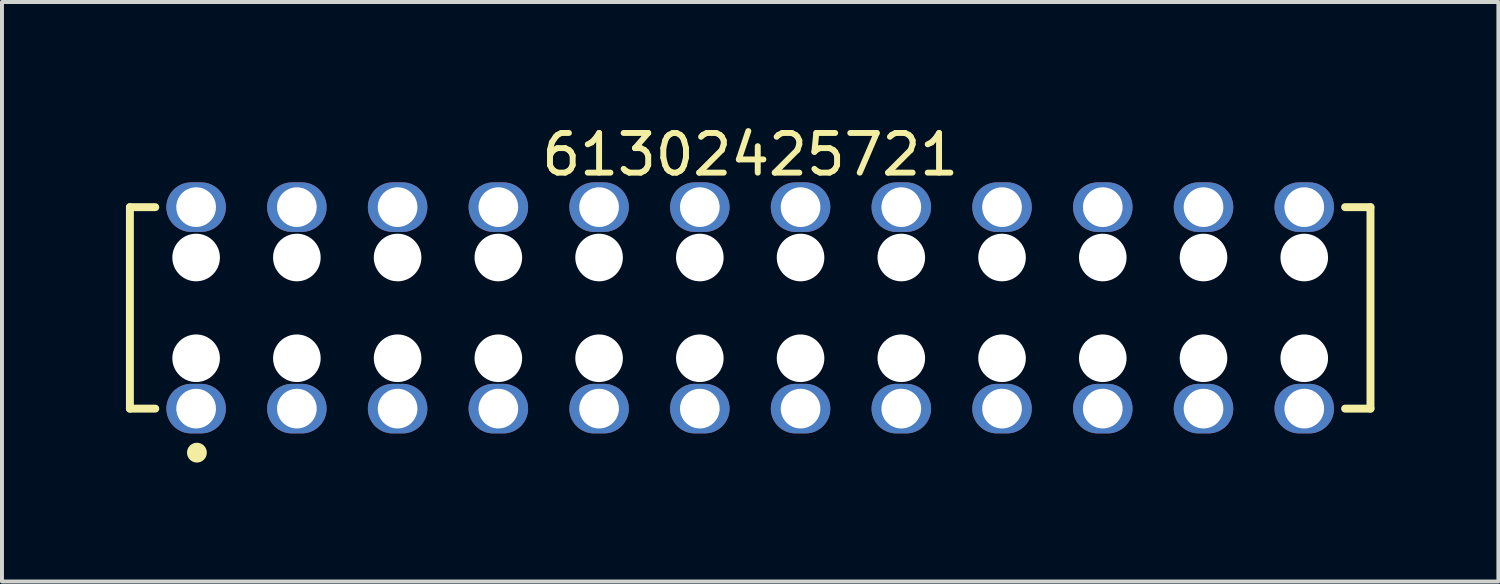
<source format=kicad_pcb>
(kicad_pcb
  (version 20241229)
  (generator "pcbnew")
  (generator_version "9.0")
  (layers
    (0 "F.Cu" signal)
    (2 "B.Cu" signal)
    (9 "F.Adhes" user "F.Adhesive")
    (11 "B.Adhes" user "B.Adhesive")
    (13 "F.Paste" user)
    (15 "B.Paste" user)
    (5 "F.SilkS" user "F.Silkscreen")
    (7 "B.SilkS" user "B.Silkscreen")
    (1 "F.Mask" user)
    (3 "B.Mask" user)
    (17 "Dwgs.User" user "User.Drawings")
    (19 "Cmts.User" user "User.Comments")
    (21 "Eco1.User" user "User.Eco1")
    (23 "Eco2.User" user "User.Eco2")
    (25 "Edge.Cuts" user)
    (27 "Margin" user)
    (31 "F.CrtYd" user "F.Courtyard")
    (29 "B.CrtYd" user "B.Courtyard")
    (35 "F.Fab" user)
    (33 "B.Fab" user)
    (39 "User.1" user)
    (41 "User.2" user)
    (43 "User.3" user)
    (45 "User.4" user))
  (footprint "61302425721"
    (layer "F.Cu")
    (at 15.865 4.713)
    (property "Reference" "61302425721" (at 0 -3.865 0) (layer "F.SilkS") (effects (font (size 1 1) (thickness 0.15))))
    (fp_line (start -15.64 -2.54) (end -15 -2.54) (stroke (width 0.2) (type solid)) (layer "F.SilkS"))
    (fp_line (start -15.64 2.54) (end -15.64 -2.54) (stroke (width 0.2) (type solid)) (layer "F.SilkS"))
    (fp_line (start -15.64 2.54) (end -15 2.54) (stroke (width 0.2) (type solid)) (layer "F.SilkS"))
    (fp_line (start 15 -2.54) (end 15.64 -2.54) (stroke (width 0.2) (type solid)) (layer "F.SilkS"))
    (fp_line (start 15 2.54) (end 15.64 2.54) (stroke (width 0.2) (type solid)) (layer "F.SilkS"))
    (fp_line (start 15.64 2.54) (end 15.64 -2.54) (stroke (width 0.2) (type solid)) (layer "F.SilkS"))
    (fp_circle (center -13.95 3.65) (end -13.95 3.525) (stroke (width 0.25) (type solid)) (fill no) (layer "F.SilkS"))
    (fp_line (start -15.84 -3.365) (end 15.84 -3.365) (stroke (width 0.05) (type solid)) (layer "Eco2.User"))
    (fp_line (start -15.84 3.365) (end -15.84 -3.365) (stroke (width 0.05) (type solid)) (layer "Eco2.User"))
    (fp_line (start -15.84 3.365) (end 15.84 3.365) (stroke (width 0.05) (type solid)) (layer "Eco2.User"))
    (fp_line (start -15.54 -2.54) (end 15.54 -2.54) (stroke (width 0.1) (type solid)) (layer "Eco2.User"))
    (fp_line (start -15.54 2.54) (end -15.54 -2.54) (stroke (width 0.1) (type solid)) (layer "Eco2.User"))
    (fp_line (start -15.54 2.54) (end 15.54 2.54) (stroke (width 0.1) (type solid)) (layer "Eco2.User"))
    (fp_line (start -0.5 0) (end 0.5 0) (stroke (width 0.05) (type solid)) (layer "Eco2.User"))
    (fp_line (start 0 0.5) (end 0 -0.5) (stroke (width 0.05) (type solid)) (layer "Eco2.User"))
    (fp_line (start 15.54 2.54) (end 15.54 -2.54) (stroke (width 0.1) (type solid)) (layer "Eco2.User"))
    (fp_line (start 15.84 3.365) (end 15.84 -3.365) (stroke (width 0.05) (type solid)) (layer "Eco2.User"))
    (fp_text user "${REFERENCE}" (at 0.15 -0.197 0) (unlocked yes) (layer "User.3") (effects (font (size 1.5 1.5) (thickness 0.15))))
    (pad "" np_thru_hole circle (at -13.97 -1.27) (size 1.2 1.2) (drill 1.2) (layers "*.Cu" "*.Mask"))
    (pad "" np_thru_hole circle (at -13.97 1.27) (size 1.2 1.2) (drill 1.2) (layers "*.Cu" "*.Mask"))
    (pad "" np_thru_hole circle (at -11.43 -1.27) (size 1.2 1.2) (drill 1.2) (layers "*.Cu" "*.Mask"))
    (pad "" np_thru_hole circle (at -11.43 1.27) (size 1.2 1.2) (drill 1.2) (layers "*.Cu" "*.Mask"))
    (pad "" np_thru_hole circle (at -8.89 -1.27) (size 1.2 1.2) (drill 1.2) (layers "*.Cu" "*.Mask"))
    (pad "" np_thru_hole circle (at -8.89 1.27) (size 1.2 1.2) (drill 1.2) (layers "*.Cu" "*.Mask"))
    (pad "" np_thru_hole circle (at -6.35 -1.27) (size 1.2 1.2) (drill 1.2) (layers "*.Cu" "*.Mask"))
    (pad "" np_thru_hole circle (at -6.35 1.27) (size 1.2 1.2) (drill 1.2) (layers "*.Cu" "*.Mask"))
    (pad "" np_thru_hole circle (at -3.81 -1.27) (size 1.2 1.2) (drill 1.2) (layers "*.Cu" "*.Mask"))
    (pad "" np_thru_hole circle (at -3.81 1.27) (size 1.2 1.2) (drill 1.2) (layers "*.Cu" "*.Mask"))
    (pad "" np_thru_hole circle (at -1.27 -1.27) (size 1.2 1.2) (drill 1.2) (layers "*.Cu" "*.Mask"))
    (pad "" np_thru_hole circle (at -1.27 1.27) (size 1.2 1.2) (drill 1.2) (layers "*.Cu" "*.Mask"))
    (pad "" np_thru_hole circle (at 1.27 -1.27) (size 1.2 1.2) (drill 1.2) (layers "*.Cu" "*.Mask"))
    (pad "" np_thru_hole circle (at 1.27 1.27) (size 1.2 1.2) (drill 1.2) (layers "*.Cu" "*.Mask"))
    (pad "" np_thru_hole circle (at 3.81 -1.27) (size 1.2 1.2) (drill 1.2) (layers "*.Cu" "*.Mask"))
    (pad "" np_thru_hole circle (at 3.81 1.27) (size 1.2 1.2) (drill 1.2) (layers "*.Cu" "*.Mask"))
    (pad "" np_thru_hole circle (at 6.35 -1.27) (size 1.2 1.2) (drill 1.2) (layers "*.Cu" "*.Mask"))
    (pad "" np_thru_hole circle (at 6.35 1.27) (size 1.2 1.2) (drill 1.2) (layers "*.Cu" "*.Mask"))
    (pad "" np_thru_hole circle (at 8.89 -1.27) (size 1.2 1.2) (drill 1.2) (layers "*.Cu" "*.Mask"))
    (pad "" np_thru_hole circle (at 8.89 1.27) (size 1.2 1.2) (drill 1.2) (layers "*.Cu" "*.Mask"))
    (pad "" np_thru_hole circle (at 11.43 -1.27) (size 1.2 1.2) (drill 1.2) (layers "*.Cu" "*.Mask"))
    (pad "" np_thru_hole circle (at 11.43 1.27) (size 1.2 1.2) (drill 1.2) (layers "*.Cu" "*.Mask"))
    (pad "" np_thru_hole circle (at 13.97 -1.27) (size 1.2 1.2) (drill 1.2) (layers "*.Cu" "*.Mask"))
    (pad "" np_thru_hole circle (at 13.97 1.27) (size 1.2 1.2) (drill 1.2) (layers "*.Cu" "*.Mask"))
    (pad "1" thru_hole oval (at -13.97 2.54) (size 1.5 1.25) (drill 1) (layers "*.Cu" "*.Mask"))
    (pad "2" thru_hole oval (at -13.97 -2.54) (size 1.5 1.25) (drill 1) (layers "*.Cu" "*.Mask"))
    (pad "3" thru_hole oval (at -11.43 2.54) (size 1.5 1.25) (drill 1) (layers "*.Cu" "*.Mask"))
    (pad "4" thru_hole oval (at -11.43 -2.54) (size 1.5 1.25) (drill 1) (layers "*.Cu" "*.Mask"))
    (pad "5" thru_hole oval (at -8.89 2.54) (size 1.5 1.25) (drill 1) (layers "*.Cu" "*.Mask"))
    (pad "6" thru_hole oval (at -8.89 -2.54) (size 1.5 1.25) (drill 1) (layers "*.Cu" "*.Mask"))
    (pad "7" thru_hole oval (at -6.35 2.54) (size 1.5 1.25) (drill 1) (layers "*.Cu" "*.Mask"))
    (pad "8" thru_hole oval (at -6.35 -2.54) (size 1.5 1.25) (drill 1) (layers "*.Cu" "*.Mask"))
    (pad "9" thru_hole oval (at -3.81 2.54) (size 1.5 1.25) (drill 1) (layers "*.Cu" "*.Mask"))
    (pad "10" thru_hole oval (at -3.81 -2.54) (size 1.5 1.25) (drill 1) (layers "*.Cu" "*.Mask"))
    (pad "11" thru_hole oval (at -1.27 2.54) (size 1.5 1.25) (drill 1) (layers "*.Cu" "*.Mask"))
    (pad "12" thru_hole oval (at -1.27 -2.54) (size 1.5 1.25) (drill 1) (layers "*.Cu" "*.Mask"))
    (pad "13" thru_hole oval (at 1.27 2.54) (size 1.5 1.25) (drill 1) (layers "*.Cu" "*.Mask"))
    (pad "14" thru_hole oval (at 1.27 -2.54) (size 1.5 1.25) (drill 1) (layers "*.Cu" "*.Mask"))
    (pad "15" thru_hole oval (at 3.81 2.54) (size 1.5 1.25) (drill 1) (layers "*.Cu" "*.Mask"))
    (pad "16" thru_hole oval (at 3.81 -2.54) (size 1.5 1.25) (drill 1) (layers "*.Cu" "*.Mask"))
    (pad "17" thru_hole oval (at 6.35 2.54) (size 1.5 1.25) (drill 1) (layers "*.Cu" "*.Mask"))
    (pad "18" thru_hole oval (at 6.35 -2.54) (size 1.5 1.25) (drill 1) (layers "*.Cu" "*.Mask"))
    (pad "19" thru_hole oval (at 8.89 2.54) (size 1.5 1.25) (drill 1) (layers "*.Cu" "*.Mask"))
    (pad "20" thru_hole oval (at 8.89 -2.54) (size 1.5 1.25) (drill 1) (layers "*.Cu" "*.Mask"))
    (pad "21" thru_hole oval (at 11.43 2.54) (size 1.5 1.25) (drill 1) (layers "*.Cu" "*.Mask"))
    (pad "22" thru_hole oval (at 11.43 -2.54) (size 1.5 1.25) (drill 1) (layers "*.Cu" "*.Mask"))
    (pad "23" thru_hole oval (at 13.97 2.54) (size 1.5 1.25) (drill 1) (layers "*.Cu" "*.Mask"))
    (pad "24" thru_hole oval (at 13.97 -2.54) (size 1.5 1.25) (drill 1) (layers "*.Cu" "*.Mask")))
  (gr_rect
    (start -3 -3)
    (end 34.73 11.613)
    (stroke (width 0.1) (type default))
    (fill no)
    (layer "Edge.Cuts")))
</source>
